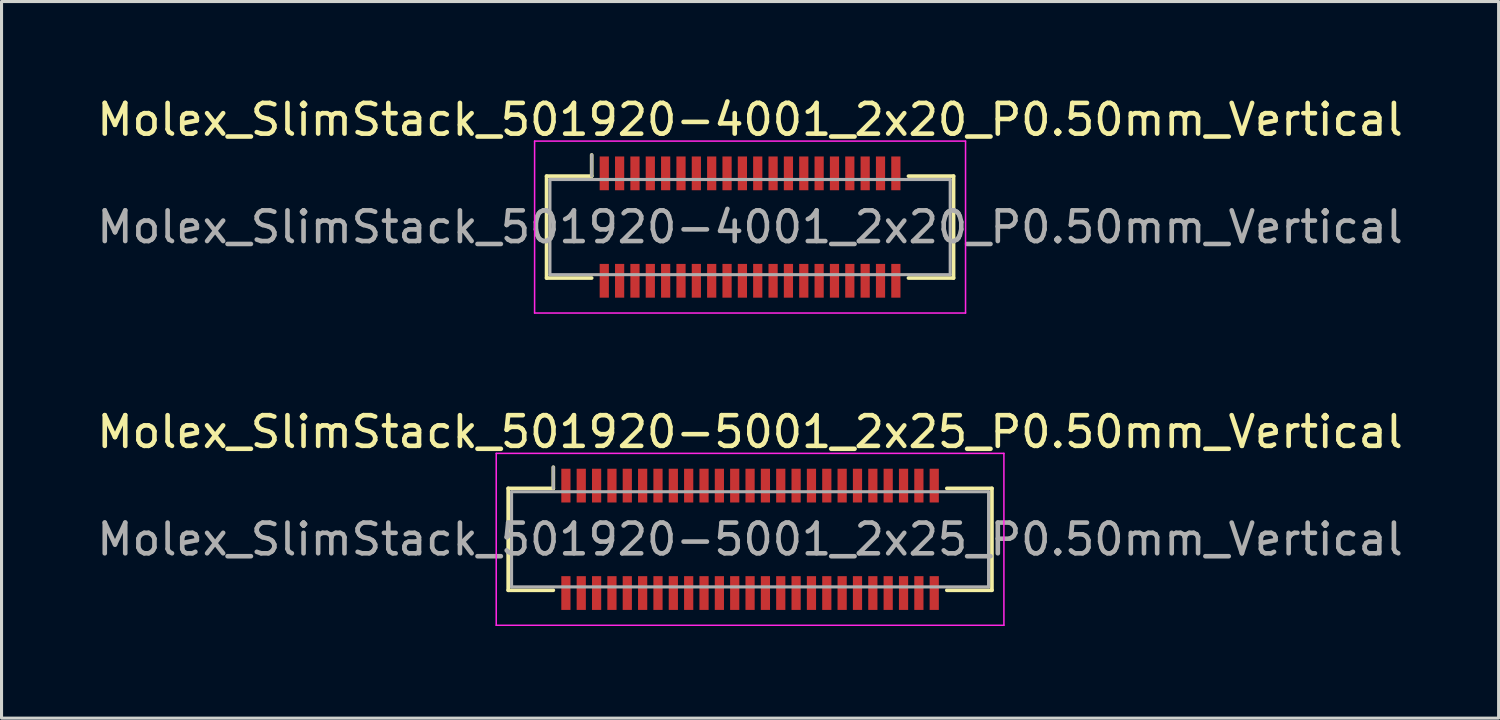
<source format=kicad_pcb>
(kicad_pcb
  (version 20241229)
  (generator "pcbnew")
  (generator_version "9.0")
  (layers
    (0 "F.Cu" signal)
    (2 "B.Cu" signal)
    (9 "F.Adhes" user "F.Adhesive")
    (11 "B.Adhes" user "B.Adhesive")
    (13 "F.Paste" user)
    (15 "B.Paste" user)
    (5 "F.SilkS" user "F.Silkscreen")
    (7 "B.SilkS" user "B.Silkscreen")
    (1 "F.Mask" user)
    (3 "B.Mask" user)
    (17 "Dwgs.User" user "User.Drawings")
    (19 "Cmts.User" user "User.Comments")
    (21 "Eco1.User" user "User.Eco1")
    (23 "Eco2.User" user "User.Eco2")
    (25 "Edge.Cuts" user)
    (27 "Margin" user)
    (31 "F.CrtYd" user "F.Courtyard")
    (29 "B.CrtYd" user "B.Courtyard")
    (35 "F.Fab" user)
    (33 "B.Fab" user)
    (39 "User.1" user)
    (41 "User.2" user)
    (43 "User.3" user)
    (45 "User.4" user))
  (footprint "Molex_SlimStack_501920-4001_2x20_P0.50mm_Vertical"
    (layer "F.Cu")
    (at 21.387 4.348)
    (property "Reference" "Molex_SlimStack_501920-4001_2x20_P0.50mm_Vertical" (at 0 -3.5 0) (layer "F.SilkS") (effects (font (size 1 1) (thickness 0.15))))
    (attr smd)
    (fp_line (start -6.63 -1.66) (end -5.16 -1.66) (stroke (width 0.12) (type solid)) (layer "F.SilkS"))
    (fp_line (start -6.63 1.66) (end -6.63 -1.66) (stroke (width 0.12) (type solid)) (layer "F.SilkS"))
    (fp_line (start -5.16 -1.66) (end -5.16 -2.35) (stroke (width 0.12) (type solid)) (layer "F.SilkS"))
    (fp_line (start -5.16 1.66) (end -6.63 1.66) (stroke (width 0.12) (type solid)) (layer "F.SilkS"))
    (fp_line (start 5.16 1.66) (end 6.63 1.66) (stroke (width 0.12) (type solid)) (layer "F.SilkS"))
    (fp_line (start 6.63 -1.66) (end 5.16 -1.66) (stroke (width 0.12) (type solid)) (layer "F.SilkS"))
    (fp_line (start 6.63 1.66) (end 6.63 -1.66) (stroke (width 0.12) (type solid)) (layer "F.SilkS"))
    (fp_line (start -7.02 -2.8) (end -7.02 2.8) (stroke (width 0.05) (type solid)) (layer "F.CrtYd"))
    (fp_line (start -7.02 2.8) (end 7.02 2.8) (stroke (width 0.05) (type solid)) (layer "F.CrtYd"))
    (fp_line (start 7.02 -2.8) (end -7.02 -2.8) (stroke (width 0.05) (type solid)) (layer "F.CrtYd"))
    (fp_line (start 7.02 2.8) (end 7.02 -2.8) (stroke (width 0.05) (type solid)) (layer "F.CrtYd"))
    (fp_line (start -6.52 -1.55) (end -6.52 1.55) (stroke (width 0.1) (type solid)) (layer "F.Fab"))
    (fp_line (start -6.52 1.55) (end 6.52 1.55) (stroke (width 0.1) (type solid)) (layer "F.Fab"))
    (fp_line (start -5.16 -1.66) (end -5.16 -2.35) (stroke (width 0.1) (type solid)) (layer "F.Fab"))
    (fp_line (start 6.52 -1.55) (end -6.52 -1.55) (stroke (width 0.1) (type solid)) (layer "F.Fab"))
    (fp_line (start 6.52 1.55) (end 6.52 -1.55) (stroke (width 0.1) (type solid)) (layer "F.Fab"))
    (fp_text user "${REFERENCE}" (at 0 0 0) (layer "F.Fab") (effects (font (size 1 1) (thickness 0.15))))
    (pad "1" smd rect (at -4.75 -1.75) (size 0.3 1.1) (layers "F.Cu" "F.Mask" "F.Paste"))
    (pad "2" smd rect (at -4.75 1.75) (size 0.3 1.1) (layers "F.Cu" "F.Mask" "F.Paste"))
    (pad "3" smd rect (at -4.25 -1.75) (size 0.3 1.1) (layers "F.Cu" "F.Mask" "F.Paste"))
    (pad "4" smd rect (at -4.25 1.75) (size 0.3 1.1) (layers "F.Cu" "F.Mask" "F.Paste"))
    (pad "5" smd rect (at -3.75 -1.75) (size 0.3 1.1) (layers "F.Cu" "F.Mask" "F.Paste"))
    (pad "6" smd rect (at -3.75 1.75) (size 0.3 1.1) (layers "F.Cu" "F.Mask" "F.Paste"))
    (pad "7" smd rect (at -3.25 -1.75) (size 0.3 1.1) (layers "F.Cu" "F.Mask" "F.Paste"))
    (pad "8" smd rect (at -3.25 1.75) (size 0.3 1.1) (layers "F.Cu" "F.Mask" "F.Paste"))
    (pad "9" smd rect (at -2.75 -1.75) (size 0.3 1.1) (layers "F.Cu" "F.Mask" "F.Paste"))
    (pad "10" smd rect (at -2.75 1.75) (size 0.3 1.1) (layers "F.Cu" "F.Mask" "F.Paste"))
    (pad "11" smd rect (at -2.25 -1.75) (size 0.3 1.1) (layers "F.Cu" "F.Mask" "F.Paste"))
    (pad "12" smd rect (at -2.25 1.75) (size 0.3 1.1) (layers "F.Cu" "F.Mask" "F.Paste"))
    (pad "13" smd rect (at -1.75 -1.75) (size 0.3 1.1) (layers "F.Cu" "F.Mask" "F.Paste"))
    (pad "14" smd rect (at -1.75 1.75) (size 0.3 1.1) (layers "F.Cu" "F.Mask" "F.Paste"))
    (pad "15" smd rect (at -1.25 -1.75) (size 0.3 1.1) (layers "F.Cu" "F.Mask" "F.Paste"))
    (pad "16" smd rect (at -1.25 1.75) (size 0.3 1.1) (layers "F.Cu" "F.Mask" "F.Paste"))
    (pad "17" smd rect (at -0.75 -1.75) (size 0.3 1.1) (layers "F.Cu" "F.Mask" "F.Paste"))
    (pad "18" smd rect (at -0.75 1.75) (size 0.3 1.1) (layers "F.Cu" "F.Mask" "F.Paste"))
    (pad "19" smd rect (at -0.25 -1.75) (size 0.3 1.1) (layers "F.Cu" "F.Mask" "F.Paste"))
    (pad "20" smd rect (at -0.25 1.75) (size 0.3 1.1) (layers "F.Cu" "F.Mask" "F.Paste"))
    (pad "21" smd rect (at 0.25 -1.75) (size 0.3 1.1) (layers "F.Cu" "F.Mask" "F.Paste"))
    (pad "22" smd rect (at 0.25 1.75) (size 0.3 1.1) (layers "F.Cu" "F.Mask" "F.Paste"))
    (pad "23" smd rect (at 0.75 -1.75) (size 0.3 1.1) (layers "F.Cu" "F.Mask" "F.Paste"))
    (pad "24" smd rect (at 0.75 1.75) (size 0.3 1.1) (layers "F.Cu" "F.Mask" "F.Paste"))
    (pad "25" smd rect (at 1.25 -1.75) (size 0.3 1.1) (layers "F.Cu" "F.Mask" "F.Paste"))
    (pad "26" smd rect (at 1.25 1.75) (size 0.3 1.1) (layers "F.Cu" "F.Mask" "F.Paste"))
    (pad "27" smd rect (at 1.75 -1.75) (size 0.3 1.1) (layers "F.Cu" "F.Mask" "F.Paste"))
    (pad "28" smd rect (at 1.75 1.75) (size 0.3 1.1) (layers "F.Cu" "F.Mask" "F.Paste"))
    (pad "29" smd rect (at 2.25 -1.75) (size 0.3 1.1) (layers "F.Cu" "F.Mask" "F.Paste"))
    (pad "30" smd rect (at 2.25 1.75) (size 0.3 1.1) (layers "F.Cu" "F.Mask" "F.Paste"))
    (pad "31" smd rect (at 2.75 -1.75) (size 0.3 1.1) (layers "F.Cu" "F.Mask" "F.Paste"))
    (pad "32" smd rect (at 2.75 1.75) (size 0.3 1.1) (layers "F.Cu" "F.Mask" "F.Paste"))
    (pad "33" smd rect (at 3.25 -1.75) (size 0.3 1.1) (layers "F.Cu" "F.Mask" "F.Paste"))
    (pad "34" smd rect (at 3.25 1.75) (size 0.3 1.1) (layers "F.Cu" "F.Mask" "F.Paste"))
    (pad "35" smd rect (at 3.75 -1.75) (size 0.3 1.1) (layers "F.Cu" "F.Mask" "F.Paste"))
    (pad "36" smd rect (at 3.75 1.75) (size 0.3 1.1) (layers "F.Cu" "F.Mask" "F.Paste"))
    (pad "37" smd rect (at 4.25 -1.75) (size 0.3 1.1) (layers "F.Cu" "F.Mask" "F.Paste"))
    (pad "38" smd rect (at 4.25 1.75) (size 0.3 1.1) (layers "F.Cu" "F.Mask" "F.Paste"))
    (pad "39" smd rect (at 4.75 -1.75) (size 0.3 1.1) (layers "F.Cu" "F.Mask" "F.Paste"))
    (pad "40" smd rect (at 4.75 1.75) (size 0.3 1.1) (layers "F.Cu" "F.Mask" "F.Paste")))
  (footprint "Molex_SlimStack_501920-5001_2x25_P0.50mm_Vertical"
    (layer "F.Cu")
    (at 21.387 14.521)
    (property "Reference" "Molex_SlimStack_501920-5001_2x25_P0.50mm_Vertical" (at 0 -3.5 0) (layer "F.SilkS") (effects (font (size 1 1) (thickness 0.15))))
    (attr smd)
    (fp_line (start -7.88 -1.66) (end -6.41 -1.66) (stroke (width 0.12) (type solid)) (layer "F.SilkS"))
    (fp_line (start -7.88 1.66) (end -7.88 -1.66) (stroke (width 0.12) (type solid)) (layer "F.SilkS"))
    (fp_line (start -6.41 -1.66) (end -6.41 -2.35) (stroke (width 0.12) (type solid)) (layer "F.SilkS"))
    (fp_line (start -6.41 1.66) (end -7.88 1.66) (stroke (width 0.12) (type solid)) (layer "F.SilkS"))
    (fp_line (start 6.41 1.66) (end 7.88 1.66) (stroke (width 0.12) (type solid)) (layer "F.SilkS"))
    (fp_line (start 7.88 -1.66) (end 6.41 -1.66) (stroke (width 0.12) (type solid)) (layer "F.SilkS"))
    (fp_line (start 7.88 1.66) (end 7.88 -1.66) (stroke (width 0.12) (type solid)) (layer "F.SilkS"))
    (fp_line (start -8.27 -2.8) (end -8.27 2.8) (stroke (width 0.05) (type solid)) (layer "F.CrtYd"))
    (fp_line (start -8.27 2.8) (end 8.27 2.8) (stroke (width 0.05) (type solid)) (layer "F.CrtYd"))
    (fp_line (start 8.27 -2.8) (end -8.27 -2.8) (stroke (width 0.05) (type solid)) (layer "F.CrtYd"))
    (fp_line (start 8.27 2.8) (end 8.27 -2.8) (stroke (width 0.05) (type solid)) (layer "F.CrtYd"))
    (fp_line (start -7.77 -1.55) (end -7.77 1.55) (stroke (width 0.1) (type solid)) (layer "F.Fab"))
    (fp_line (start -7.77 1.55) (end 7.77 1.55) (stroke (width 0.1) (type solid)) (layer "F.Fab"))
    (fp_line (start -6.41 -1.66) (end -6.41 -2.35) (stroke (width 0.1) (type solid)) (layer "F.Fab"))
    (fp_line (start 7.77 -1.55) (end -7.77 -1.55) (stroke (width 0.1) (type solid)) (layer "F.Fab"))
    (fp_line (start 7.77 1.55) (end 7.77 -1.55) (stroke (width 0.1) (type solid)) (layer "F.Fab"))
    (fp_text user "${REFERENCE}" (at 0 0 0) (layer "F.Fab") (effects (font (size 1 1) (thickness 0.15))))
    (pad "1" smd rect (at -6 -1.75) (size 0.3 1.1) (layers "F.Cu" "F.Mask" "F.Paste"))
    (pad "2" smd rect (at -6 1.75) (size 0.3 1.1) (layers "F.Cu" "F.Mask" "F.Paste"))
    (pad "3" smd rect (at -5.5 -1.75) (size 0.3 1.1) (layers "F.Cu" "F.Mask" "F.Paste"))
    (pad "4" smd rect (at -5.5 1.75) (size 0.3 1.1) (layers "F.Cu" "F.Mask" "F.Paste"))
    (pad "5" smd rect (at -5 -1.75) (size 0.3 1.1) (layers "F.Cu" "F.Mask" "F.Paste"))
    (pad "6" smd rect (at -5 1.75) (size 0.3 1.1) (layers "F.Cu" "F.Mask" "F.Paste"))
    (pad "7" smd rect (at -4.5 -1.75) (size 0.3 1.1) (layers "F.Cu" "F.Mask" "F.Paste"))
    (pad "8" smd rect (at -4.5 1.75) (size 0.3 1.1) (layers "F.Cu" "F.Mask" "F.Paste"))
    (pad "9" smd rect (at -4 -1.75) (size 0.3 1.1) (layers "F.Cu" "F.Mask" "F.Paste"))
    (pad "10" smd rect (at -4 1.75) (size 0.3 1.1) (layers "F.Cu" "F.Mask" "F.Paste"))
    (pad "11" smd rect (at -3.5 -1.75) (size 0.3 1.1) (layers "F.Cu" "F.Mask" "F.Paste"))
    (pad "12" smd rect (at -3.5 1.75) (size 0.3 1.1) (layers "F.Cu" "F.Mask" "F.Paste"))
    (pad "13" smd rect (at -3 -1.75) (size 0.3 1.1) (layers "F.Cu" "F.Mask" "F.Paste"))
    (pad "14" smd rect (at -3 1.75) (size 0.3 1.1) (layers "F.Cu" "F.Mask" "F.Paste"))
    (pad "15" smd rect (at -2.5 -1.75) (size 0.3 1.1) (layers "F.Cu" "F.Mask" "F.Paste"))
    (pad "16" smd rect (at -2.5 1.75) (size 0.3 1.1) (layers "F.Cu" "F.Mask" "F.Paste"))
    (pad "17" smd rect (at -2 -1.75) (size 0.3 1.1) (layers "F.Cu" "F.Mask" "F.Paste"))
    (pad "18" smd rect (at -2 1.75) (size 0.3 1.1) (layers "F.Cu" "F.Mask" "F.Paste"))
    (pad "19" smd rect (at -1.5 -1.75) (size 0.3 1.1) (layers "F.Cu" "F.Mask" "F.Paste"))
    (pad "20" smd rect (at -1.5 1.75) (size 0.3 1.1) (layers "F.Cu" "F.Mask" "F.Paste"))
    (pad "21" smd rect (at -1 -1.75) (size 0.3 1.1) (layers "F.Cu" "F.Mask" "F.Paste"))
    (pad "22" smd rect (at -1 1.75) (size 0.3 1.1) (layers "F.Cu" "F.Mask" "F.Paste"))
    (pad "23" smd rect (at -0.5 -1.75) (size 0.3 1.1) (layers "F.Cu" "F.Mask" "F.Paste"))
    (pad "24" smd rect (at -0.5 1.75) (size 0.3 1.1) (layers "F.Cu" "F.Mask" "F.Paste"))
    (pad "25" smd rect (at 0 -1.75) (size 0.3 1.1) (layers "F.Cu" "F.Mask" "F.Paste"))
    (pad "26" smd rect (at 0 1.75) (size 0.3 1.1) (layers "F.Cu" "F.Mask" "F.Paste"))
    (pad "27" smd rect (at 0.5 -1.75) (size 0.3 1.1) (layers "F.Cu" "F.Mask" "F.Paste"))
    (pad "28" smd rect (at 0.5 1.75) (size 0.3 1.1) (layers "F.Cu" "F.Mask" "F.Paste"))
    (pad "29" smd rect (at 1 -1.75) (size 0.3 1.1) (layers "F.Cu" "F.Mask" "F.Paste"))
    (pad "30" smd rect (at 1 1.75) (size 0.3 1.1) (layers "F.Cu" "F.Mask" "F.Paste"))
    (pad "31" smd rect (at 1.5 -1.75) (size 0.3 1.1) (layers "F.Cu" "F.Mask" "F.Paste"))
    (pad "32" smd rect (at 1.5 1.75) (size 0.3 1.1) (layers "F.Cu" "F.Mask" "F.Paste"))
    (pad "33" smd rect (at 2 -1.75) (size 0.3 1.1) (layers "F.Cu" "F.Mask" "F.Paste"))
    (pad "34" smd rect (at 2 1.75) (size 0.3 1.1) (layers "F.Cu" "F.Mask" "F.Paste"))
    (pad "35" smd rect (at 2.5 -1.75) (size 0.3 1.1) (layers "F.Cu" "F.Mask" "F.Paste"))
    (pad "36" smd rect (at 2.5 1.75) (size 0.3 1.1) (layers "F.Cu" "F.Mask" "F.Paste"))
    (pad "37" smd rect (at 3 -1.75) (size 0.3 1.1) (layers "F.Cu" "F.Mask" "F.Paste"))
    (pad "38" smd rect (at 3 1.75) (size 0.3 1.1) (layers "F.Cu" "F.Mask" "F.Paste"))
    (pad "39" smd rect (at 3.5 -1.75) (size 0.3 1.1) (layers "F.Cu" "F.Mask" "F.Paste"))
    (pad "40" smd rect (at 3.5 1.75) (size 0.3 1.1) (layers "F.Cu" "F.Mask" "F.Paste"))
    (pad "41" smd rect (at 4 -1.75) (size 0.3 1.1) (layers "F.Cu" "F.Mask" "F.Paste"))
    (pad "42" smd rect (at 4 1.75) (size 0.3 1.1) (layers "F.Cu" "F.Mask" "F.Paste"))
    (pad "43" smd rect (at 4.5 -1.75) (size 0.3 1.1) (layers "F.Cu" "F.Mask" "F.Paste"))
    (pad "44" smd rect (at 4.5 1.75) (size 0.3 1.1) (layers "F.Cu" "F.Mask" "F.Paste"))
    (pad "45" smd rect (at 5 -1.75) (size 0.3 1.1) (layers "F.Cu" "F.Mask" "F.Paste"))
    (pad "46" smd rect (at 5 1.75) (size 0.3 1.1) (layers "F.Cu" "F.Mask" "F.Paste"))
    (pad "47" smd rect (at 5.5 -1.75) (size 0.3 1.1) (layers "F.Cu" "F.Mask" "F.Paste"))
    (pad "48" smd rect (at 5.5 1.75) (size 0.3 1.1) (layers "F.Cu" "F.Mask" "F.Paste"))
    (pad "49" smd rect (at 6 -1.75) (size 0.3 1.1) (layers "F.Cu" "F.Mask" "F.Paste"))
    (pad "50" smd rect (at 6 1.75) (size 0.3 1.1) (layers "F.Cu" "F.Mask" "F.Paste")))
  (gr_rect
    (start -3 -3)
    (end 45.774 20.346)
    (stroke (width 0.1) (type default))
    (fill no)
    (layer "Edge.Cuts")))
</source>
